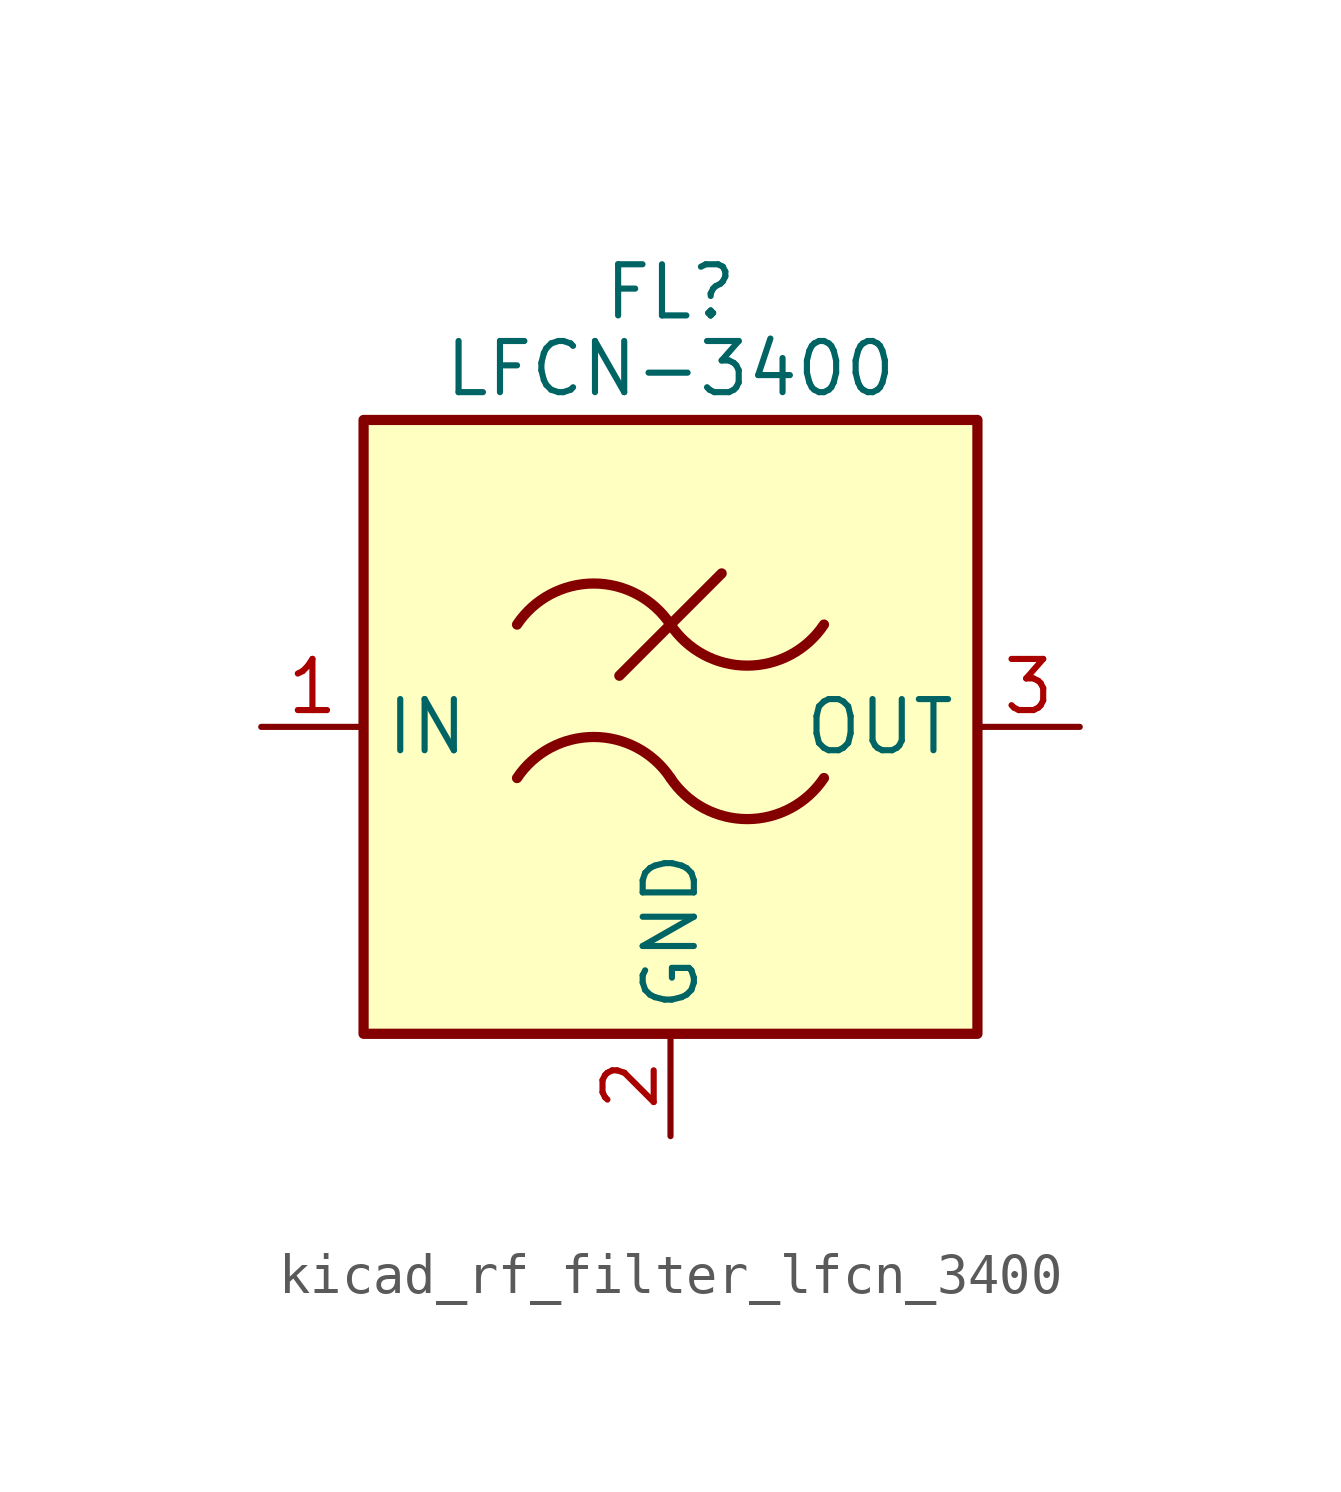
<source format=kicad_sym>
(kicad_symbol_lib
  (version 20220914)
  (generator kicad_symbol_editor)
  (symbol "kicad_rf_filter_lfcn_3400"
    (property "Reference" "FL"
      (at 0 10.795 0)
      (effects (font (size 1.27 1.27))))
    (property "Value" "LFCN-3400"
      (at 0 8.89 0)
      (effects (font (size 1.27 1.27))))
    (symbol "kicad_rf_filter_lfcn_3400_0_1"
      (rectangle (start -7.62 7.62) (end 7.62 -7.62) (stroke (width 0.254) (type default)) (fill (type background)))
      (arc (start 0 -1.27) (mid -1.905 -0.2505) (end -3.81 -1.27) (stroke (width 0.254) (type default)) (fill (type none)))
      (arc (start 0 -1.27) (mid 1.905 -2.2895) (end 3.81 -1.27) (stroke (width 0.254) (type default)) (fill (type none)))
      (polyline (pts (xy -1.27 1.27) (xy 1.27 3.81)) (stroke (width 0.254) (type default)) (fill (type none)))
      (arc (start 0 2.54) (mid -1.905 3.5595) (end -3.81 2.54) (stroke (width 0.254) (type default)) (fill (type none)))
      (arc (start 0 2.54) (mid 1.905 1.5205) (end 3.81 2.54) (stroke (width 0.254) (type default)) (fill (type none))))
    (symbol "kicad_rf_filter_lfcn_3400_1_1"
      (pin passive line (at -10.16 0 0) (length 2.54) (name "IN" (effects (font (size 1.27 1.27)))) (number "1" (effects (font (size 1.27 1.27)))))
      (pin passive line (at 0 -10.16 90) (length 2.54) (name "GND" (effects (font (size 1.27 1.27)))) (number "2" (effects (font (size 1.27 1.27)))))
      (pin passive line (at 10.16 0 180) (length 2.54) (name "OUT" (effects (font (size 1.27 1.27)))) (number "3" (effects (font (size 1.27 1.27)))))
      (pin passive line (at 0 -10.16 90) (length 2.54) hide (name "GND" (effects (font (size 1.27 1.27)))) (number "4" (effects (font (size 1.27 1.27))))))))
</source>
